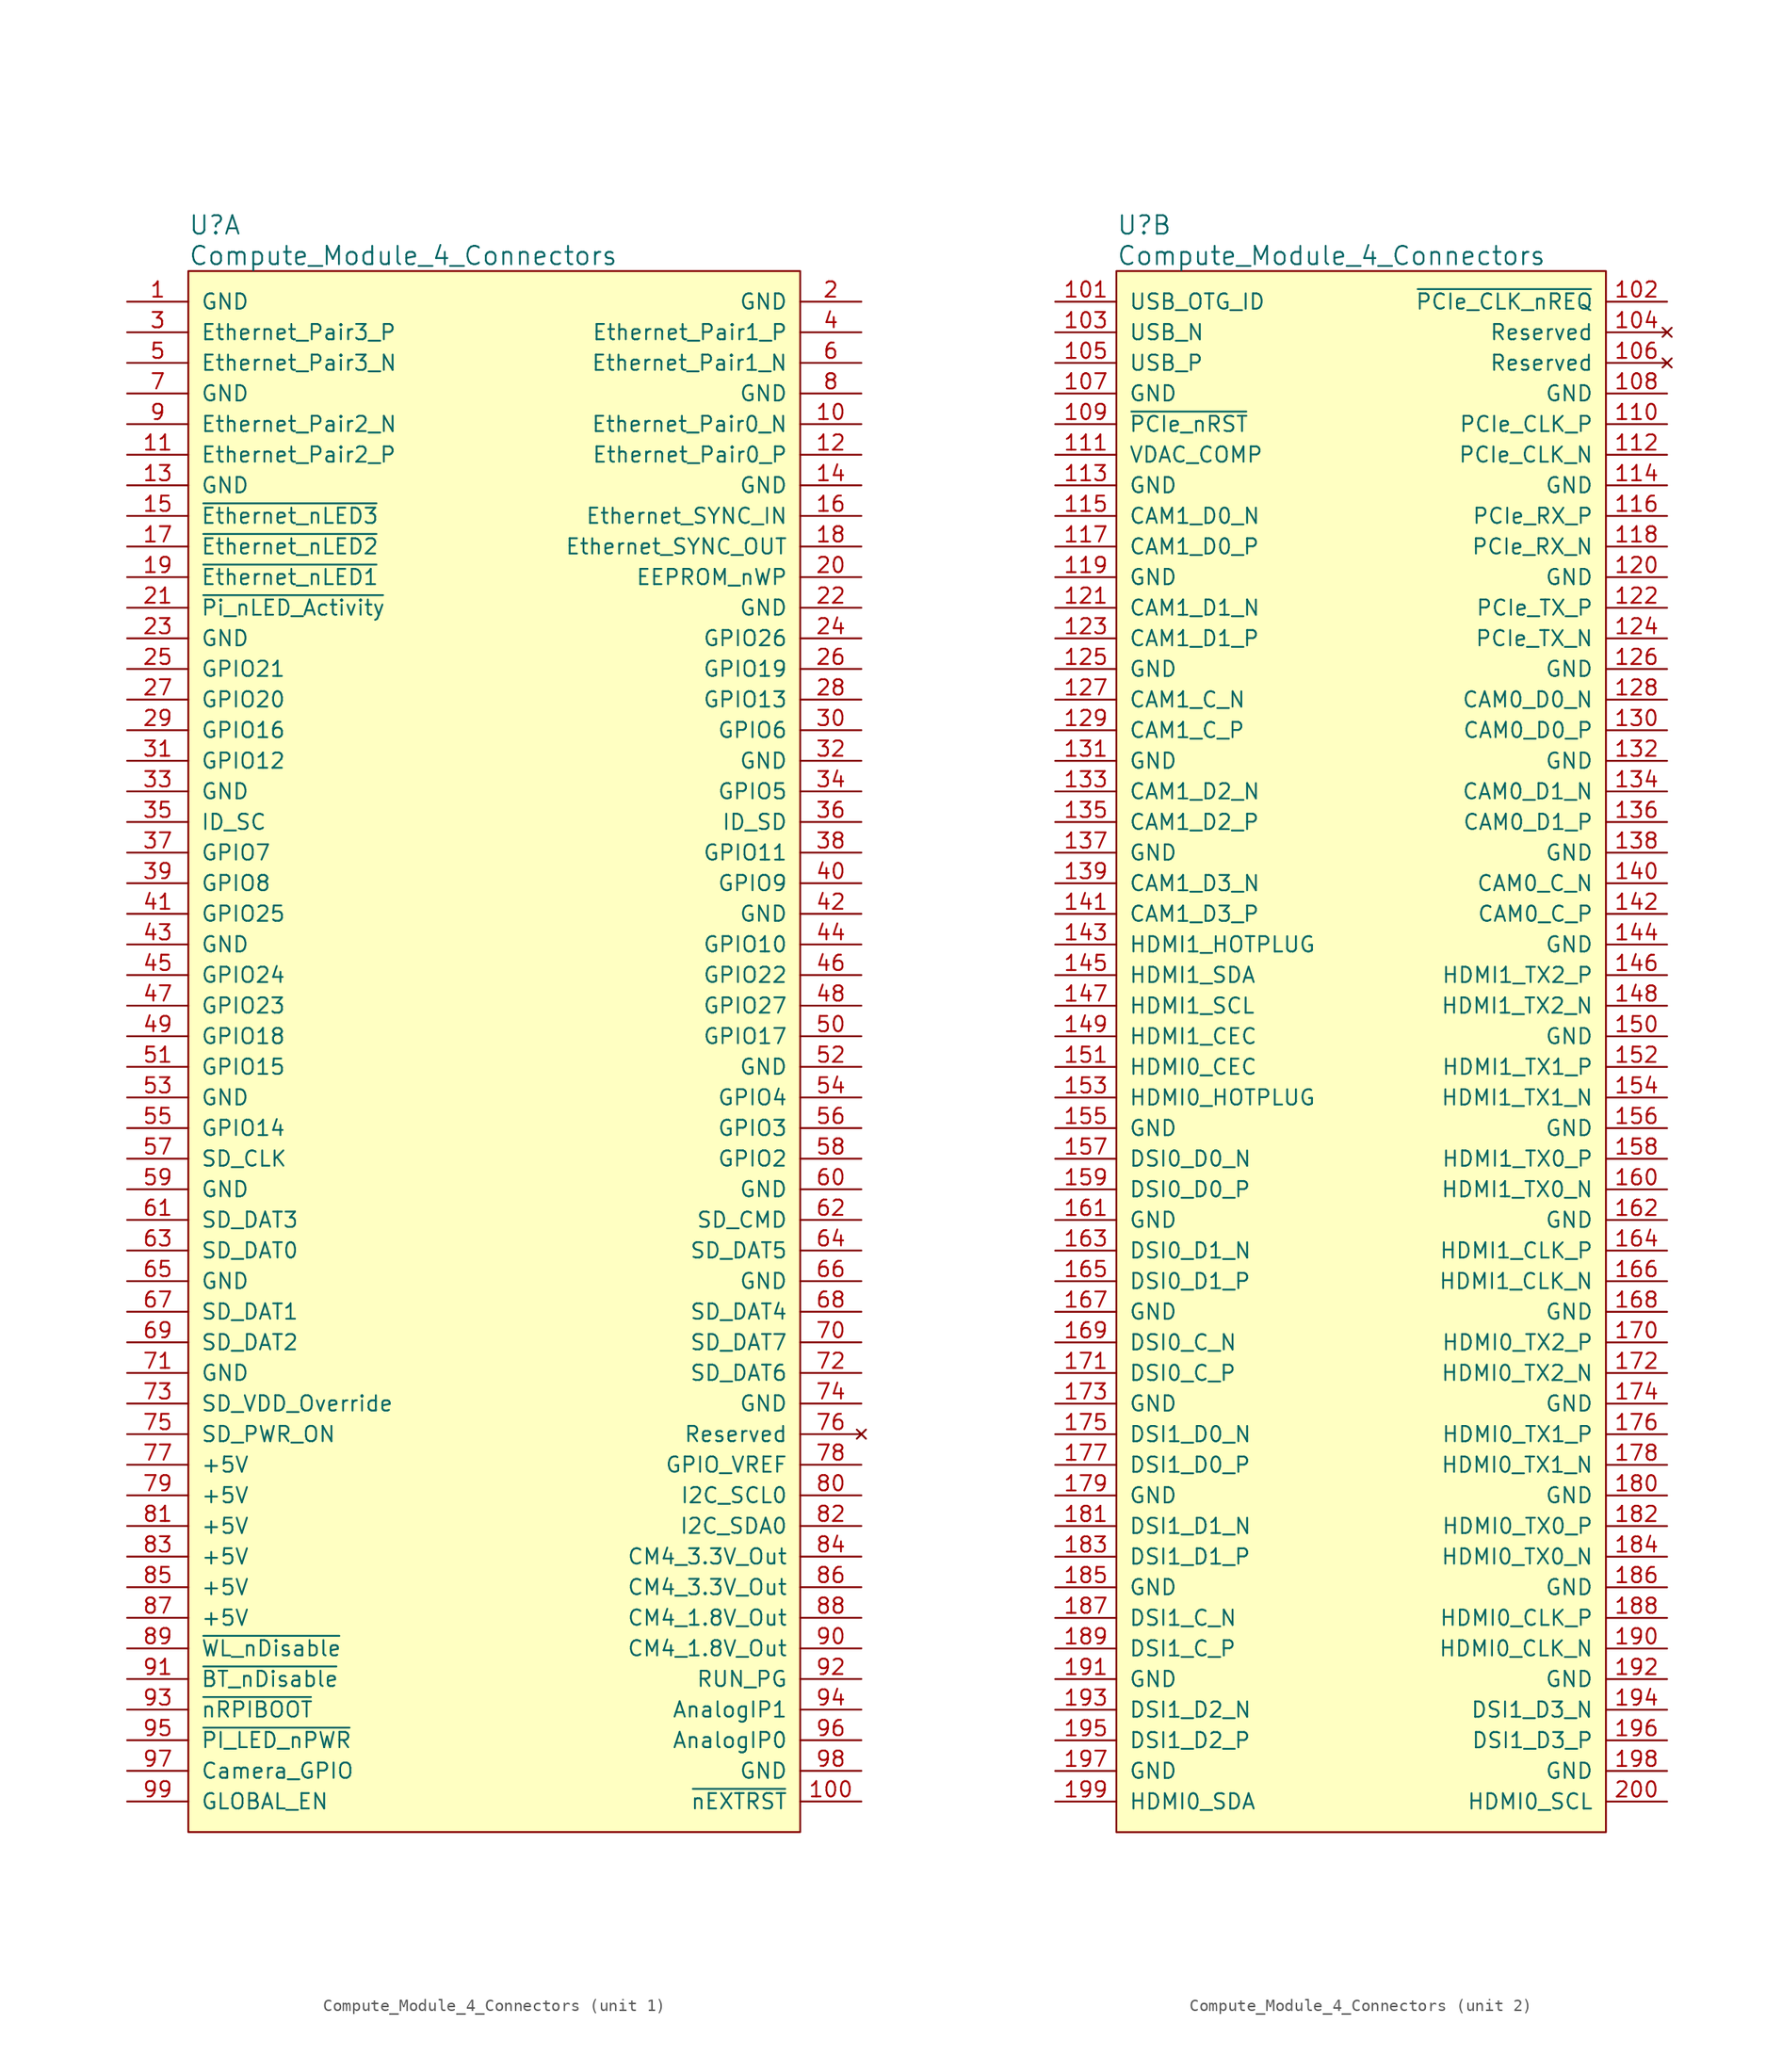
<source format=kicad_sym>
(kicad_symbol_lib
  (version 20201005)
  (generator kicad_symbol_editor)
  (symbol "Compute_Module_4_Connectors"
    (pin_names
      (offset 1.016))
    (property "Reference" "U"
      (at 5.08 6.35 0)
      (effects (font (size 1.524 1.524)) (justify left)))
    (property "Value" "Compute_Module_4_Connectors"
      (at 5.08 3.81 0)
      (effects (font (size 1.524 1.524)) (justify left)))
    (property "ki_locked" ""
      (at 0 0 0)
      (effects (font (size 1.27 1.27))))
    (symbol "Compute_Module_4_Connectors_1_1"
      (rectangle (start 5.08 2.54) (end 55.88 -127) (stroke (width 0)) (fill (type background)))
      (pin power_in line (at 0 0 0) (length 5.08) (name "GND" (effects (font (size 1.27 1.27)))) (number "1" (effects (font (size 1.27 1.27)))))
      (pin passive line (at 60.96 -10.16 180) (length 5.08) (name "Ethernet_Pair0_N" (effects (font (size 1.27 1.27)))) (number "10" (effects (font (size 1.27 1.27)))))
      (pin output line (at 60.96 -124.46 180) (length 5.08) (name "~nEXTRST" (effects (font (size 1.27 1.27)))) (number "100" (effects (font (size 1.27 1.27)))))
      (pin passive line (at 0 -12.7 0) (length 5.08) (name "Ethernet_Pair2_P" (effects (font (size 1.27 1.27)))) (number "11" (effects (font (size 1.27 1.27)))))
      (pin passive line (at 60.96 -12.7 180) (length 5.08) (name "Ethernet_Pair0_P" (effects (font (size 1.27 1.27)))) (number "12" (effects (font (size 1.27 1.27)))))
      (pin power_in line (at 0 -15.24 0) (length 5.08) (name "GND" (effects (font (size 1.27 1.27)))) (number "13" (effects (font (size 1.27 1.27)))))
      (pin power_in line (at 60.96 -15.24 180) (length 5.08) (name "GND" (effects (font (size 1.27 1.27)))) (number "14" (effects (font (size 1.27 1.27)))))
      (pin output line (at 0 -17.78 0) (length 5.08) (name "~Ethernet_nLED3" (effects (font (size 1.27 1.27)))) (number "15" (effects (font (size 1.27 1.27)))))
      (pin input line (at 60.96 -17.78 180) (length 5.08) (name "Ethernet_SYNC_IN" (effects (font (size 1.27 1.27)))) (number "16" (effects (font (size 1.27 1.27)))))
      (pin output line (at 0 -20.32 0) (length 5.08) (name "~Ethernet_nLED2" (effects (font (size 1.27 1.27)))) (number "17" (effects (font (size 1.27 1.27)))))
      (pin input line (at 60.96 -20.32 180) (length 5.08) (name "Ethernet_SYNC_OUT" (effects (font (size 1.27 1.27)))) (number "18" (effects (font (size 1.27 1.27)))))
      (pin output line (at 0 -22.86 0) (length 5.08) (name "~Ethernet_nLED1" (effects (font (size 1.27 1.27)))) (number "19" (effects (font (size 1.27 1.27)))))
      (pin power_in line (at 60.96 0 180) (length 5.08) (name "GND" (effects (font (size 1.27 1.27)))) (number "2" (effects (font (size 1.27 1.27)))))
      (pin passive line (at 60.96 -22.86 180) (length 5.08) (name "EEPROM_nWP" (effects (font (size 1.27 1.27)))) (number "20" (effects (font (size 1.27 1.27)))))
      (pin open_collector line (at 0 -25.4 0) (length 5.08) (name "~Pi_nLED_Activity" (effects (font (size 1.27 1.27)))) (number "21" (effects (font (size 1.27 1.27)))))
      (pin power_in line (at 60.96 -25.4 180) (length 5.08) (name "GND" (effects (font (size 1.27 1.27)))) (number "22" (effects (font (size 1.27 1.27)))))
      (pin power_in line (at 0 -27.94 0) (length 5.08) (name "GND" (effects (font (size 1.27 1.27)))) (number "23" (effects (font (size 1.27 1.27)))))
      (pin passive line (at 60.96 -27.94 180) (length 5.08) (name "GPIO26" (effects (font (size 1.27 1.27)))) (number "24" (effects (font (size 1.27 1.27)))))
      (pin passive line (at 0 -30.48 0) (length 5.08) (name "GPIO21" (effects (font (size 1.27 1.27)))) (number "25" (effects (font (size 1.27 1.27)))))
      (pin passive line (at 60.96 -30.48 180) (length 5.08) (name "GPIO19" (effects (font (size 1.27 1.27)))) (number "26" (effects (font (size 1.27 1.27)))))
      (pin passive line (at 0 -33.02 0) (length 5.08) (name "GPIO20" (effects (font (size 1.27 1.27)))) (number "27" (effects (font (size 1.27 1.27)))))
      (pin passive line (at 60.96 -33.02 180) (length 5.08) (name "GPIO13" (effects (font (size 1.27 1.27)))) (number "28" (effects (font (size 1.27 1.27)))))
      (pin passive line (at 0 -35.56 0) (length 5.08) (name "GPIO16" (effects (font (size 1.27 1.27)))) (number "29" (effects (font (size 1.27 1.27)))))
      (pin passive line (at 0 -2.54 0) (length 5.08) (name "Ethernet_Pair3_P" (effects (font (size 1.27 1.27)))) (number "3" (effects (font (size 1.27 1.27)))))
      (pin passive line (at 60.96 -35.56 180) (length 5.08) (name "GPIO6" (effects (font (size 1.27 1.27)))) (number "30" (effects (font (size 1.27 1.27)))))
      (pin passive line (at 0 -38.1 0) (length 5.08) (name "GPIO12" (effects (font (size 1.27 1.27)))) (number "31" (effects (font (size 1.27 1.27)))))
      (pin power_in line (at 60.96 -38.1 180) (length 5.08) (name "GND" (effects (font (size 1.27 1.27)))) (number "32" (effects (font (size 1.27 1.27)))))
      (pin power_in line (at 0 -40.64 0) (length 5.08) (name "GND" (effects (font (size 1.27 1.27)))) (number "33" (effects (font (size 1.27 1.27)))))
      (pin passive line (at 60.96 -40.64 180) (length 5.08) (name "GPIO5" (effects (font (size 1.27 1.27)))) (number "34" (effects (font (size 1.27 1.27)))))
      (pin passive line (at 0 -43.18 0) (length 5.08) (name "ID_SC" (effects (font (size 1.27 1.27)))) (number "35" (effects (font (size 1.27 1.27)))))
      (pin passive line (at 60.96 -43.18 180) (length 5.08) (name "ID_SD" (effects (font (size 1.27 1.27)))) (number "36" (effects (font (size 1.27 1.27)))))
      (pin passive line (at 0 -45.72 0) (length 5.08) (name "GPIO7" (effects (font (size 1.27 1.27)))) (number "37" (effects (font (size 1.27 1.27)))))
      (pin passive line (at 60.96 -45.72 180) (length 5.08) (name "GPIO11" (effects (font (size 1.27 1.27)))) (number "38" (effects (font (size 1.27 1.27)))))
      (pin passive line (at 0 -48.26 0) (length 5.08) (name "GPIO8" (effects (font (size 1.27 1.27)))) (number "39" (effects (font (size 1.27 1.27)))))
      (pin passive line (at 60.96 -2.54 180) (length 5.08) (name "Ethernet_Pair1_P" (effects (font (size 1.27 1.27)))) (number "4" (effects (font (size 1.27 1.27)))))
      (pin passive line (at 60.96 -48.26 180) (length 5.08) (name "GPIO9" (effects (font (size 1.27 1.27)))) (number "40" (effects (font (size 1.27 1.27)))))
      (pin passive line (at 0 -50.8 0) (length 5.08) (name "GPIO25" (effects (font (size 1.27 1.27)))) (number "41" (effects (font (size 1.27 1.27)))))
      (pin power_in line (at 60.96 -50.8 180) (length 5.08) (name "GND" (effects (font (size 1.27 1.27)))) (number "42" (effects (font (size 1.27 1.27)))))
      (pin power_in line (at 0 -53.34 0) (length 5.08) (name "GND" (effects (font (size 1.27 1.27)))) (number "43" (effects (font (size 1.27 1.27)))))
      (pin passive line (at 60.96 -53.34 180) (length 5.08) (name "GPIO10" (effects (font (size 1.27 1.27)))) (number "44" (effects (font (size 1.27 1.27)))))
      (pin passive line (at 0 -55.88 0) (length 5.08) (name "GPIO24" (effects (font (size 1.27 1.27)))) (number "45" (effects (font (size 1.27 1.27)))))
      (pin passive line (at 60.96 -55.88 180) (length 5.08) (name "GPIO22" (effects (font (size 1.27 1.27)))) (number "46" (effects (font (size 1.27 1.27)))))
      (pin passive line (at 0 -58.42 0) (length 5.08) (name "GPIO23" (effects (font (size 1.27 1.27)))) (number "47" (effects (font (size 1.27 1.27)))))
      (pin passive line (at 60.96 -58.42 180) (length 5.08) (name "GPIO27" (effects (font (size 1.27 1.27)))) (number "48" (effects (font (size 1.27 1.27)))))
      (pin passive line (at 0 -60.96 0) (length 5.08) (name "GPIO18" (effects (font (size 1.27 1.27)))) (number "49" (effects (font (size 1.27 1.27)))))
      (pin passive line (at 0 -5.08 0) (length 5.08) (name "Ethernet_Pair3_N" (effects (font (size 1.27 1.27)))) (number "5" (effects (font (size 1.27 1.27)))))
      (pin passive line (at 60.96 -60.96 180) (length 5.08) (name "GPIO17" (effects (font (size 1.27 1.27)))) (number "50" (effects (font (size 1.27 1.27)))))
      (pin passive line (at 0 -63.5 0) (length 5.08) (name "GPIO15" (effects (font (size 1.27 1.27)))) (number "51" (effects (font (size 1.27 1.27)))))
      (pin power_in line (at 60.96 -63.5 180) (length 5.08) (name "GND" (effects (font (size 1.27 1.27)))) (number "52" (effects (font (size 1.27 1.27)))))
      (pin power_in line (at 0 -66.04 0) (length 5.08) (name "GND" (effects (font (size 1.27 1.27)))) (number "53" (effects (font (size 1.27 1.27)))))
      (pin passive line (at 60.96 -66.04 180) (length 5.08) (name "GPIO4" (effects (font (size 1.27 1.27)))) (number "54" (effects (font (size 1.27 1.27)))))
      (pin passive line (at 0 -68.58 0) (length 5.08) (name "GPIO14" (effects (font (size 1.27 1.27)))) (number "55" (effects (font (size 1.27 1.27)))))
      (pin passive line (at 60.96 -68.58 180) (length 5.08) (name "GPIO3" (effects (font (size 1.27 1.27)))) (number "56" (effects (font (size 1.27 1.27)))))
      (pin passive line (at 0 -71.12 0) (length 5.08) (name "SD_CLK" (effects (font (size 1.27 1.27)))) (number "57" (effects (font (size 1.27 1.27)))))
      (pin passive line (at 60.96 -71.12 180) (length 5.08) (name "GPIO2" (effects (font (size 1.27 1.27)))) (number "58" (effects (font (size 1.27 1.27)))))
      (pin power_in line (at 0 -73.66 0) (length 5.08) (name "GND" (effects (font (size 1.27 1.27)))) (number "59" (effects (font (size 1.27 1.27)))))
      (pin passive line (at 60.96 -5.08 180) (length 5.08) (name "Ethernet_Pair1_N" (effects (font (size 1.27 1.27)))) (number "6" (effects (font (size 1.27 1.27)))))
      (pin power_in line (at 60.96 -73.66 180) (length 5.08) (name "GND" (effects (font (size 1.27 1.27)))) (number "60" (effects (font (size 1.27 1.27)))))
      (pin passive line (at 0 -76.2 0) (length 5.08) (name "SD_DAT3" (effects (font (size 1.27 1.27)))) (number "61" (effects (font (size 1.27 1.27)))))
      (pin passive line (at 60.96 -76.2 180) (length 5.08) (name "SD_CMD" (effects (font (size 1.27 1.27)))) (number "62" (effects (font (size 1.27 1.27)))))
      (pin passive line (at 0 -78.74 0) (length 5.08) (name "SD_DAT0" (effects (font (size 1.27 1.27)))) (number "63" (effects (font (size 1.27 1.27)))))
      (pin passive line (at 60.96 -78.74 180) (length 5.08) (name "SD_DAT5" (effects (font (size 1.27 1.27)))) (number "64" (effects (font (size 1.27 1.27)))))
      (pin power_in line (at 0 -81.28 0) (length 5.08) (name "GND" (effects (font (size 1.27 1.27)))) (number "65" (effects (font (size 1.27 1.27)))))
      (pin power_in line (at 60.96 -81.28 180) (length 5.08) (name "GND" (effects (font (size 1.27 1.27)))) (number "66" (effects (font (size 1.27 1.27)))))
      (pin passive line (at 0 -83.82 0) (length 5.08) (name "SD_DAT1" (effects (font (size 1.27 1.27)))) (number "67" (effects (font (size 1.27 1.27)))))
      (pin passive line (at 60.96 -83.82 180) (length 5.08) (name "SD_DAT4" (effects (font (size 1.27 1.27)))) (number "68" (effects (font (size 1.27 1.27)))))
      (pin passive line (at 0 -86.36 0) (length 5.08) (name "SD_DAT2" (effects (font (size 1.27 1.27)))) (number "69" (effects (font (size 1.27 1.27)))))
      (pin power_in line (at 0 -7.62 0) (length 5.08) (name "GND" (effects (font (size 1.27 1.27)))) (number "7" (effects (font (size 1.27 1.27)))))
      (pin passive line (at 60.96 -86.36 180) (length 5.08) (name "SD_DAT7" (effects (font (size 1.27 1.27)))) (number "70" (effects (font (size 1.27 1.27)))))
      (pin power_in line (at 0 -88.9 0) (length 5.08) (name "GND" (effects (font (size 1.27 1.27)))) (number "71" (effects (font (size 1.27 1.27)))))
      (pin passive line (at 60.96 -88.9 180) (length 5.08) (name "SD_DAT6" (effects (font (size 1.27 1.27)))) (number "72" (effects (font (size 1.27 1.27)))))
      (pin input line (at 0 -91.44 0) (length 5.08) (name "SD_VDD_Override" (effects (font (size 1.27 1.27)))) (number "73" (effects (font (size 1.27 1.27)))))
      (pin power_in line (at 60.96 -91.44 180) (length 5.08) (name "GND" (effects (font (size 1.27 1.27)))) (number "74" (effects (font (size 1.27 1.27)))))
      (pin output line (at 0 -93.98 0) (length 5.08) (name "SD_PWR_ON" (effects (font (size 1.27 1.27)))) (number "75" (effects (font (size 1.27 1.27)))))
      (pin no_connect line (at 60.96 -93.98 180) (length 5.08) (name "Reserved" (effects (font (size 1.27 1.27)))) (number "76" (effects (font (size 1.27 1.27)))))
      (pin power_in line (at 0 -96.52 0) (length 5.08) (name "+5V" (effects (font (size 1.27 1.27)))) (number "77" (effects (font (size 1.27 1.27)))))
      (pin power_in line (at 60.96 -96.52 180) (length 5.08) (name "GPIO_VREF" (effects (font (size 1.27 1.27)))) (number "78" (effects (font (size 1.27 1.27)))))
      (pin power_in line (at 0 -99.06 0) (length 5.08) (name "+5V" (effects (font (size 1.27 1.27)))) (number "79" (effects (font (size 1.27 1.27)))))
      (pin power_in line (at 60.96 -7.62 180) (length 5.08) (name "GND" (effects (font (size 1.27 1.27)))) (number "8" (effects (font (size 1.27 1.27)))))
      (pin bidirectional line (at 60.96 -99.06 180) (length 5.08) (name "I2C_SCL0" (effects (font (size 1.27 1.27)))) (number "80" (effects (font (size 1.27 1.27)))))
      (pin power_in line (at 0 -101.6 0) (length 5.08) (name "+5V" (effects (font (size 1.27 1.27)))) (number "81" (effects (font (size 1.27 1.27)))))
      (pin bidirectional line (at 60.96 -101.6 180) (length 5.08) (name "I2C_SDA0" (effects (font (size 1.27 1.27)))) (number "82" (effects (font (size 1.27 1.27)))))
      (pin power_in line (at 0 -104.14 0) (length 5.08) (name "+5V" (effects (font (size 1.27 1.27)))) (number "83" (effects (font (size 1.27 1.27)))))
      (pin power_out line (at 60.96 -104.14 180) (length 5.08) (name "CM4_3.3V_Out" (effects (font (size 1.27 1.27)))) (number "84" (effects (font (size 1.27 1.27)))))
      (pin power_in line (at 0 -106.68 0) (length 5.08) (name "+5V" (effects (font (size 1.27 1.27)))) (number "85" (effects (font (size 1.27 1.27)))))
      (pin power_out line (at 60.96 -106.68 180) (length 5.08) (name "CM4_3.3V_Out" (effects (font (size 1.27 1.27)))) (number "86" (effects (font (size 1.27 1.27)))))
      (pin power_in line (at 0 -109.22 0) (length 5.08) (name "+5V" (effects (font (size 1.27 1.27)))) (number "87" (effects (font (size 1.27 1.27)))))
      (pin power_out line (at 60.96 -109.22 180) (length 5.08) (name "CM4_1.8V_Out" (effects (font (size 1.27 1.27)))) (number "88" (effects (font (size 1.27 1.27)))))
      (pin input line (at 0 -111.76 0) (length 5.08) (name "~WL_nDisable" (effects (font (size 1.27 1.27)))) (number "89" (effects (font (size 1.27 1.27)))))
      (pin passive line (at 0 -10.16 0) (length 5.08) (name "Ethernet_Pair2_N" (effects (font (size 1.27 1.27)))) (number "9" (effects (font (size 1.27 1.27)))))
      (pin power_out line (at 60.96 -111.76 180) (length 5.08) (name "CM4_1.8V_Out" (effects (font (size 1.27 1.27)))) (number "90" (effects (font (size 1.27 1.27)))))
      (pin input line (at 0 -114.3 0) (length 5.08) (name "~BT_nDisable" (effects (font (size 1.27 1.27)))) (number "91" (effects (font (size 1.27 1.27)))))
      (pin passive line (at 60.96 -114.3 180) (length 5.08) (name "RUN_PG" (effects (font (size 1.27 1.27)))) (number "92" (effects (font (size 1.27 1.27)))))
      (pin input line (at 0 -116.84 0) (length 5.08) (name "~nRPIBOOT" (effects (font (size 1.27 1.27)))) (number "93" (effects (font (size 1.27 1.27)))))
      (pin passive line (at 60.96 -116.84 180) (length 5.08) (name "AnalogIP1" (effects (font (size 1.27 1.27)))) (number "94" (effects (font (size 1.27 1.27)))))
      (pin output line (at 0 -119.38 0) (length 5.08) (name "~PI_LED_nPWR" (effects (font (size 1.27 1.27)))) (number "95" (effects (font (size 1.27 1.27)))))
      (pin passive line (at 60.96 -119.38 180) (length 5.08) (name "AnalogIP0" (effects (font (size 1.27 1.27)))) (number "96" (effects (font (size 1.27 1.27)))))
      (pin passive line (at 0 -121.92 0) (length 5.08) (name "Camera_GPIO" (effects (font (size 1.27 1.27)))) (number "97" (effects (font (size 1.27 1.27)))))
      (pin power_in line (at 60.96 -121.92 180) (length 5.08) (name "GND" (effects (font (size 1.27 1.27)))) (number "98" (effects (font (size 1.27 1.27)))))
      (pin input line (at 0 -124.46 0) (length 5.08) (name "GLOBAL_EN" (effects (font (size 1.27 1.27)))) (number "99" (effects (font (size 1.27 1.27))))))
    (symbol "Compute_Module_4_Connectors_2_1"
      (rectangle (start 5.08 2.54) (end 45.72 -127) (stroke (width 0)) (fill (type background)))
      (pin input line (at 0 0 0) (length 5.08) (name "USB_OTG_ID" (effects (font (size 1.27 1.27)))) (number "101" (effects (font (size 1.27 1.27)))))
      (pin input line (at 50.8 0 180) (length 5.08) (name "~PCIe_CLK_nREQ" (effects (font (size 1.27 1.27)))) (number "102" (effects (font (size 1.27 1.27)))))
      (pin passive line (at 0 -2.54 0) (length 5.08) (name "USB_N" (effects (font (size 1.27 1.27)))) (number "103" (effects (font (size 1.27 1.27)))))
      (pin no_connect line (at 50.8 -2.54 180) (length 5.08) (name "Reserved" (effects (font (size 1.27 1.27)))) (number "104" (effects (font (size 1.27 1.27)))))
      (pin passive line (at 0 -5.08 0) (length 5.08) (name "USB_P" (effects (font (size 1.27 1.27)))) (number "105" (effects (font (size 1.27 1.27)))))
      (pin no_connect line (at 50.8 -5.08 180) (length 5.08) (name "Reserved" (effects (font (size 1.27 1.27)))) (number "106" (effects (font (size 1.27 1.27)))))
      (pin power_in line (at 0 -7.62 0) (length 5.08) (name "GND" (effects (font (size 1.27 1.27)))) (number "107" (effects (font (size 1.27 1.27)))))
      (pin power_in line (at 50.8 -7.62 180) (length 5.08) (name "GND" (effects (font (size 1.27 1.27)))) (number "108" (effects (font (size 1.27 1.27)))))
      (pin output line (at 0 -10.16 0) (length 5.08) (name "~PCIe_nRST" (effects (font (size 1.27 1.27)))) (number "109" (effects (font (size 1.27 1.27)))))
      (pin output line (at 50.8 -10.16 180) (length 5.08) (name "PCIe_CLK_P" (effects (font (size 1.27 1.27)))) (number "110" (effects (font (size 1.27 1.27)))))
      (pin output line (at 0 -12.7 0) (length 5.08) (name "VDAC_COMP" (effects (font (size 1.27 1.27)))) (number "111" (effects (font (size 1.27 1.27)))))
      (pin output line (at 50.8 -12.7 180) (length 5.08) (name "PCIe_CLK_N" (effects (font (size 1.27 1.27)))) (number "112" (effects (font (size 1.27 1.27)))))
      (pin power_in line (at 0 -15.24 0) (length 5.08) (name "GND" (effects (font (size 1.27 1.27)))) (number "113" (effects (font (size 1.27 1.27)))))
      (pin power_in line (at 50.8 -15.24 180) (length 5.08) (name "GND" (effects (font (size 1.27 1.27)))) (number "114" (effects (font (size 1.27 1.27)))))
      (pin input line (at 0 -17.78 0) (length 5.08) (name "CAM1_D0_N" (effects (font (size 1.27 1.27)))) (number "115" (effects (font (size 1.27 1.27)))))
      (pin input line (at 50.8 -17.78 180) (length 5.08) (name "PCIe_RX_P" (effects (font (size 1.27 1.27)))) (number "116" (effects (font (size 1.27 1.27)))))
      (pin input line (at 0 -20.32 0) (length 5.08) (name "CAM1_D0_P" (effects (font (size 1.27 1.27)))) (number "117" (effects (font (size 1.27 1.27)))))
      (pin input line (at 50.8 -20.32 180) (length 5.08) (name "PCIe_RX_N" (effects (font (size 1.27 1.27)))) (number "118" (effects (font (size 1.27 1.27)))))
      (pin power_in line (at 0 -22.86 0) (length 5.08) (name "GND" (effects (font (size 1.27 1.27)))) (number "119" (effects (font (size 1.27 1.27)))))
      (pin power_in line (at 50.8 -22.86 180) (length 5.08) (name "GND" (effects (font (size 1.27 1.27)))) (number "120" (effects (font (size 1.27 1.27)))))
      (pin input line (at 0 -25.4 0) (length 5.08) (name "CAM1_D1_N" (effects (font (size 1.27 1.27)))) (number "121" (effects (font (size 1.27 1.27)))))
      (pin output line (at 50.8 -25.4 180) (length 5.08) (name "PCIe_TX_P" (effects (font (size 1.27 1.27)))) (number "122" (effects (font (size 1.27 1.27)))))
      (pin input line (at 0 -27.94 0) (length 5.08) (name "CAM1_D1_P" (effects (font (size 1.27 1.27)))) (number "123" (effects (font (size 1.27 1.27)))))
      (pin output line (at 50.8 -27.94 180) (length 5.08) (name "PCIe_TX_N" (effects (font (size 1.27 1.27)))) (number "124" (effects (font (size 1.27 1.27)))))
      (pin power_in line (at 0 -30.48 0) (length 5.08) (name "GND" (effects (font (size 1.27 1.27)))) (number "125" (effects (font (size 1.27 1.27)))))
      (pin power_in line (at 50.8 -30.48 180) (length 5.08) (name "GND" (effects (font (size 1.27 1.27)))) (number "126" (effects (font (size 1.27 1.27)))))
      (pin input line (at 0 -33.02 0) (length 5.08) (name "CAM1_C_N" (effects (font (size 1.27 1.27)))) (number "127" (effects (font (size 1.27 1.27)))))
      (pin input line (at 50.8 -33.02 180) (length 5.08) (name "CAM0_D0_N" (effects (font (size 1.27 1.27)))) (number "128" (effects (font (size 1.27 1.27)))))
      (pin input line (at 0 -35.56 0) (length 5.08) (name "CAM1_C_P" (effects (font (size 1.27 1.27)))) (number "129" (effects (font (size 1.27 1.27)))))
      (pin input line (at 50.8 -35.56 180) (length 5.08) (name "CAM0_D0_P" (effects (font (size 1.27 1.27)))) (number "130" (effects (font (size 1.27 1.27)))))
      (pin power_in line (at 0 -38.1 0) (length 5.08) (name "GND" (effects (font (size 1.27 1.27)))) (number "131" (effects (font (size 1.27 1.27)))))
      (pin power_in line (at 50.8 -38.1 180) (length 5.08) (name "GND" (effects (font (size 1.27 1.27)))) (number "132" (effects (font (size 1.27 1.27)))))
      (pin input line (at 0 -40.64 0) (length 5.08) (name "CAM1_D2_N" (effects (font (size 1.27 1.27)))) (number "133" (effects (font (size 1.27 1.27)))))
      (pin input line (at 50.8 -40.64 180) (length 5.08) (name "CAM0_D1_N" (effects (font (size 1.27 1.27)))) (number "134" (effects (font (size 1.27 1.27)))))
      (pin input line (at 0 -43.18 0) (length 5.08) (name "CAM1_D2_P" (effects (font (size 1.27 1.27)))) (number "135" (effects (font (size 1.27 1.27)))))
      (pin input line (at 50.8 -43.18 180) (length 5.08) (name "CAM0_D1_P" (effects (font (size 1.27 1.27)))) (number "136" (effects (font (size 1.27 1.27)))))
      (pin power_in line (at 0 -45.72 0) (length 5.08) (name "GND" (effects (font (size 1.27 1.27)))) (number "137" (effects (font (size 1.27 1.27)))))
      (pin power_in line (at 50.8 -45.72 180) (length 5.08) (name "GND" (effects (font (size 1.27 1.27)))) (number "138" (effects (font (size 1.27 1.27)))))
      (pin input line (at 0 -48.26 0) (length 5.08) (name "CAM1_D3_N" (effects (font (size 1.27 1.27)))) (number "139" (effects (font (size 1.27 1.27)))))
      (pin input line (at 50.8 -48.26 180) (length 5.08) (name "CAM0_C_N" (effects (font (size 1.27 1.27)))) (number "140" (effects (font (size 1.27 1.27)))))
      (pin input line (at 0 -50.8 0) (length 5.08) (name "CAM1_D3_P" (effects (font (size 1.27 1.27)))) (number "141" (effects (font (size 1.27 1.27)))))
      (pin input line (at 50.8 -50.8 180) (length 5.08) (name "CAM0_C_P" (effects (font (size 1.27 1.27)))) (number "142" (effects (font (size 1.27 1.27)))))
      (pin input line (at 0 -53.34 0) (length 5.08) (name "HDMI1_HOTPLUG" (effects (font (size 1.27 1.27)))) (number "143" (effects (font (size 1.27 1.27)))))
      (pin power_in line (at 50.8 -53.34 180) (length 5.08) (name "GND" (effects (font (size 1.27 1.27)))) (number "144" (effects (font (size 1.27 1.27)))))
      (pin bidirectional line (at 0 -55.88 0) (length 5.08) (name "HDMI1_SDA" (effects (font (size 1.27 1.27)))) (number "145" (effects (font (size 1.27 1.27)))))
      (pin output line (at 50.8 -55.88 180) (length 5.08) (name "HDMI1_TX2_P" (effects (font (size 1.27 1.27)))) (number "146" (effects (font (size 1.27 1.27)))))
      (pin open_collector line (at 0 -58.42 0) (length 5.08) (name "HDMI1_SCL" (effects (font (size 1.27 1.27)))) (number "147" (effects (font (size 1.27 1.27)))))
      (pin output line (at 50.8 -58.42 180) (length 5.08) (name "HDMI1_TX2_N" (effects (font (size 1.27 1.27)))) (number "148" (effects (font (size 1.27 1.27)))))
      (pin open_collector line (at 0 -60.96 0) (length 5.08) (name "HDMI1_CEC" (effects (font (size 1.27 1.27)))) (number "149" (effects (font (size 1.27 1.27)))))
      (pin power_in line (at 50.8 -60.96 180) (length 5.08) (name "GND" (effects (font (size 1.27 1.27)))) (number "150" (effects (font (size 1.27 1.27)))))
      (pin open_collector line (at 0 -63.5 0) (length 5.08) (name "HDMI0_CEC" (effects (font (size 1.27 1.27)))) (number "151" (effects (font (size 1.27 1.27)))))
      (pin output line (at 50.8 -63.5 180) (length 5.08) (name "HDMI1_TX1_P" (effects (font (size 1.27 1.27)))) (number "152" (effects (font (size 1.27 1.27)))))
      (pin input line (at 0 -66.04 0) (length 5.08) (name "HDMI0_HOTPLUG" (effects (font (size 1.27 1.27)))) (number "153" (effects (font (size 1.27 1.27)))))
      (pin output line (at 50.8 -66.04 180) (length 5.08) (name "HDMI1_TX1_N" (effects (font (size 1.27 1.27)))) (number "154" (effects (font (size 1.27 1.27)))))
      (pin power_in line (at 0 -68.58 0) (length 5.08) (name "GND" (effects (font (size 1.27 1.27)))) (number "155" (effects (font (size 1.27 1.27)))))
      (pin power_in line (at 50.8 -68.58 180) (length 5.08) (name "GND" (effects (font (size 1.27 1.27)))) (number "156" (effects (font (size 1.27 1.27)))))
      (pin output line (at 0 -71.12 0) (length 5.08) (name "DSI0_D0_N" (effects (font (size 1.27 1.27)))) (number "157" (effects (font (size 1.27 1.27)))))
      (pin output line (at 50.8 -71.12 180) (length 5.08) (name "HDMI1_TX0_P" (effects (font (size 1.27 1.27)))) (number "158" (effects (font (size 1.27 1.27)))))
      (pin output line (at 0 -73.66 0) (length 5.08) (name "DSI0_D0_P" (effects (font (size 1.27 1.27)))) (number "159" (effects (font (size 1.27 1.27)))))
      (pin output line (at 50.8 -73.66 180) (length 5.08) (name "HDMI1_TX0_N" (effects (font (size 1.27 1.27)))) (number "160" (effects (font (size 1.27 1.27)))))
      (pin power_in line (at 0 -76.2 0) (length 5.08) (name "GND" (effects (font (size 1.27 1.27)))) (number "161" (effects (font (size 1.27 1.27)))))
      (pin power_in line (at 50.8 -76.2 180) (length 5.08) (name "GND" (effects (font (size 1.27 1.27)))) (number "162" (effects (font (size 1.27 1.27)))))
      (pin output line (at 0 -78.74 0) (length 5.08) (name "DSI0_D1_N" (effects (font (size 1.27 1.27)))) (number "163" (effects (font (size 1.27 1.27)))))
      (pin output line (at 50.8 -78.74 180) (length 5.08) (name "HDMI1_CLK_P" (effects (font (size 1.27 1.27)))) (number "164" (effects (font (size 1.27 1.27)))))
      (pin output line (at 0 -81.28 0) (length 5.08) (name "DSI0_D1_P" (effects (font (size 1.27 1.27)))) (number "165" (effects (font (size 1.27 1.27)))))
      (pin output line (at 50.8 -81.28 180) (length 5.08) (name "HDMI1_CLK_N" (effects (font (size 1.27 1.27)))) (number "166" (effects (font (size 1.27 1.27)))))
      (pin power_in line (at 0 -83.82 0) (length 5.08) (name "GND" (effects (font (size 1.27 1.27)))) (number "167" (effects (font (size 1.27 1.27)))))
      (pin power_in line (at 50.8 -83.82 180) (length 5.08) (name "GND" (effects (font (size 1.27 1.27)))) (number "168" (effects (font (size 1.27 1.27)))))
      (pin output line (at 0 -86.36 0) (length 5.08) (name "DSI0_C_N" (effects (font (size 1.27 1.27)))) (number "169" (effects (font (size 1.27 1.27)))))
      (pin output line (at 50.8 -86.36 180) (length 5.08) (name "HDMI0_TX2_P" (effects (font (size 1.27 1.27)))) (number "170" (effects (font (size 1.27 1.27)))))
      (pin output line (at 0 -88.9 0) (length 5.08) (name "DSI0_C_P" (effects (font (size 1.27 1.27)))) (number "171" (effects (font (size 1.27 1.27)))))
      (pin output line (at 50.8 -88.9 180) (length 5.08) (name "HDMI0_TX2_N" (effects (font (size 1.27 1.27)))) (number "172" (effects (font (size 1.27 1.27)))))
      (pin power_in line (at 0 -91.44 0) (length 5.08) (name "GND" (effects (font (size 1.27 1.27)))) (number "173" (effects (font (size 1.27 1.27)))))
      (pin power_in line (at 50.8 -91.44 180) (length 5.08) (name "GND" (effects (font (size 1.27 1.27)))) (number "174" (effects (font (size 1.27 1.27)))))
      (pin output line (at 0 -93.98 0) (length 5.08) (name "DSI1_D0_N" (effects (font (size 1.27 1.27)))) (number "175" (effects (font (size 1.27 1.27)))))
      (pin output line (at 50.8 -93.98 180) (length 5.08) (name "HDMI0_TX1_P" (effects (font (size 1.27 1.27)))) (number "176" (effects (font (size 1.27 1.27)))))
      (pin output line (at 0 -96.52 0) (length 5.08) (name "DSI1_D0_P" (effects (font (size 1.27 1.27)))) (number "177" (effects (font (size 1.27 1.27)))))
      (pin output line (at 50.8 -96.52 180) (length 5.08) (name "HDMI0_TX1_N" (effects (font (size 1.27 1.27)))) (number "178" (effects (font (size 1.27 1.27)))))
      (pin power_in line (at 0 -99.06 0) (length 5.08) (name "GND" (effects (font (size 1.27 1.27)))) (number "179" (effects (font (size 1.27 1.27)))))
      (pin power_in line (at 50.8 -99.06 180) (length 5.08) (name "GND" (effects (font (size 1.27 1.27)))) (number "180" (effects (font (size 1.27 1.27)))))
      (pin output line (at 0 -101.6 0) (length 5.08) (name "DSI1_D1_N" (effects (font (size 1.27 1.27)))) (number "181" (effects (font (size 1.27 1.27)))))
      (pin output line (at 50.8 -101.6 180) (length 5.08) (name "HDMI0_TX0_P" (effects (font (size 1.27 1.27)))) (number "182" (effects (font (size 1.27 1.27)))))
      (pin output line (at 0 -104.14 0) (length 5.08) (name "DSI1_D1_P" (effects (font (size 1.27 1.27)))) (number "183" (effects (font (size 1.27 1.27)))))
      (pin output line (at 50.8 -104.14 180) (length 5.08) (name "HDMI0_TX0_N" (effects (font (size 1.27 1.27)))) (number "184" (effects (font (size 1.27 1.27)))))
      (pin power_in line (at 0 -106.68 0) (length 5.08) (name "GND" (effects (font (size 1.27 1.27)))) (number "185" (effects (font (size 1.27 1.27)))))
      (pin power_in line (at 50.8 -106.68 180) (length 5.08) (name "GND" (effects (font (size 1.27 1.27)))) (number "186" (effects (font (size 1.27 1.27)))))
      (pin output line (at 0 -109.22 0) (length 5.08) (name "DSI1_C_N" (effects (font (size 1.27 1.27)))) (number "187" (effects (font (size 1.27 1.27)))))
      (pin output line (at 50.8 -109.22 180) (length 5.08) (name "HDMI0_CLK_P" (effects (font (size 1.27 1.27)))) (number "188" (effects (font (size 1.27 1.27)))))
      (pin output line (at 0 -111.76 0) (length 5.08) (name "DSI1_C_P" (effects (font (size 1.27 1.27)))) (number "189" (effects (font (size 1.27 1.27)))))
      (pin output line (at 50.8 -111.76 180) (length 5.08) (name "HDMI0_CLK_N" (effects (font (size 1.27 1.27)))) (number "190" (effects (font (size 1.27 1.27)))))
      (pin power_in line (at 0 -114.3 0) (length 5.08) (name "GND" (effects (font (size 1.27 1.27)))) (number "191" (effects (font (size 1.27 1.27)))))
      (pin power_in line (at 50.8 -114.3 180) (length 5.08) (name "GND" (effects (font (size 1.27 1.27)))) (number "192" (effects (font (size 1.27 1.27)))))
      (pin output line (at 0 -116.84 0) (length 5.08) (name "DSI1_D2_N" (effects (font (size 1.27 1.27)))) (number "193" (effects (font (size 1.27 1.27)))))
      (pin output line (at 50.8 -116.84 180) (length 5.08) (name "DSI1_D3_N" (effects (font (size 1.27 1.27)))) (number "194" (effects (font (size 1.27 1.27)))))
      (pin output line (at 0 -119.38 0) (length 5.08) (name "DSI1_D2_P" (effects (font (size 1.27 1.27)))) (number "195" (effects (font (size 1.27 1.27)))))
      (pin output line (at 50.8 -119.38 180) (length 5.08) (name "DSI1_D3_P" (effects (font (size 1.27 1.27)))) (number "196" (effects (font (size 1.27 1.27)))))
      (pin power_in line (at 0 -121.92 0) (length 5.08) (name "GND" (effects (font (size 1.27 1.27)))) (number "197" (effects (font (size 1.27 1.27)))))
      (pin power_in line (at 50.8 -121.92 180) (length 5.08) (name "GND" (effects (font (size 1.27 1.27)))) (number "198" (effects (font (size 1.27 1.27)))))
      (pin bidirectional line (at 0 -124.46 0) (length 5.08) (name "HDMI0_SDA" (effects (font (size 1.27 1.27)))) (number "199" (effects (font (size 1.27 1.27)))))
      (pin open_collector line (at 50.8 -124.46 180) (length 5.08) (name "HDMI0_SCL" (effects (font (size 1.27 1.27)))) (number "200" (effects (font (size 1.27 1.27))))))))
</source>
